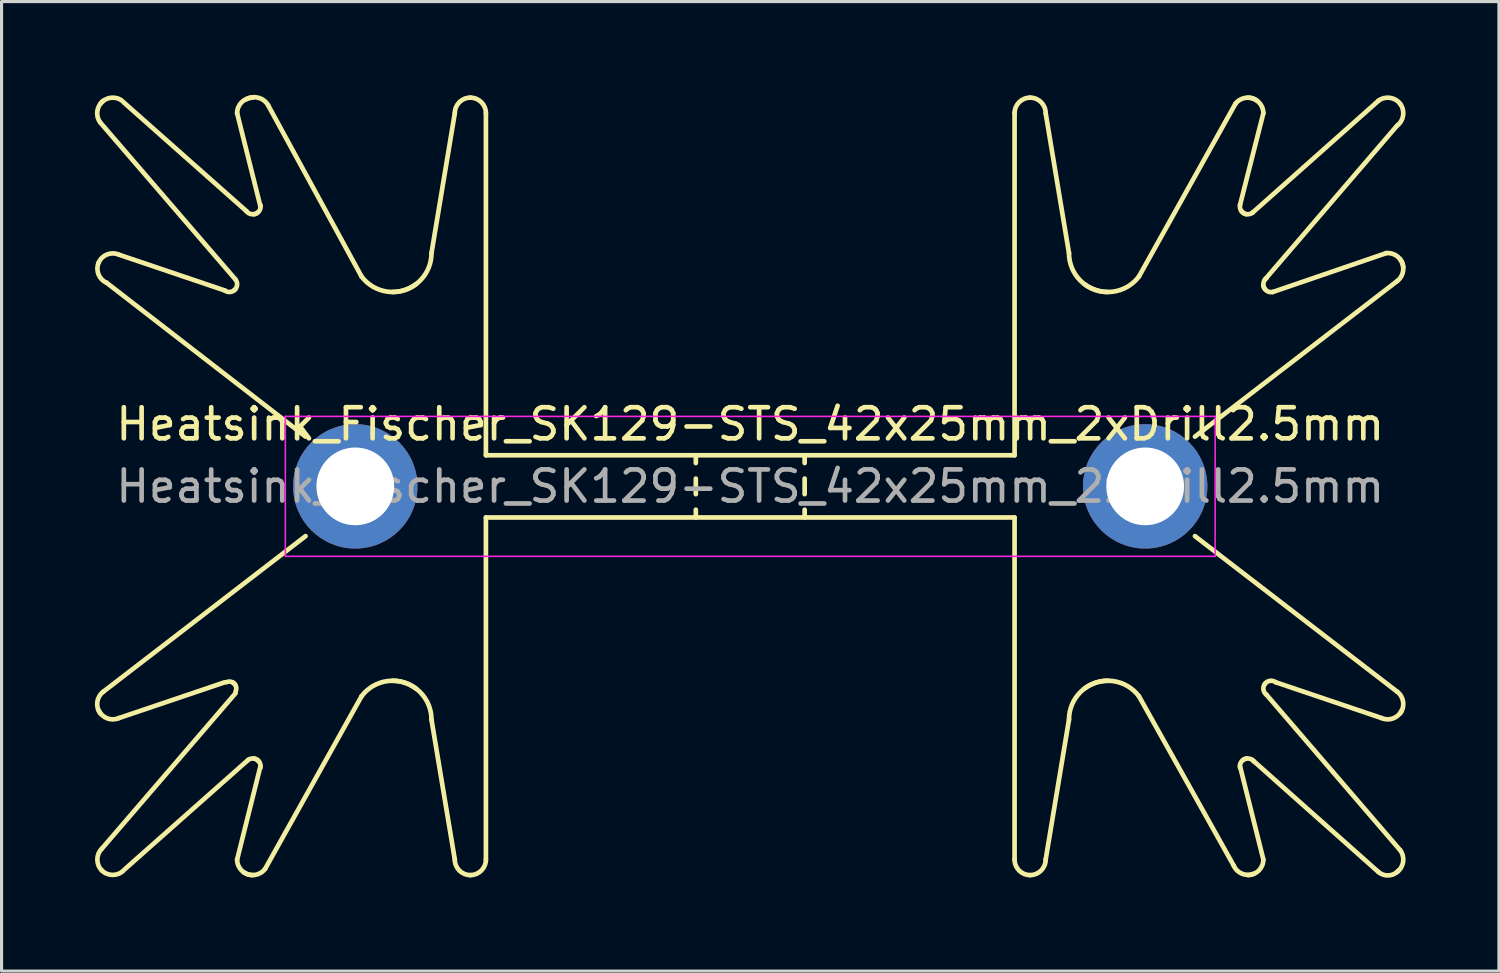
<source format=kicad_pcb>
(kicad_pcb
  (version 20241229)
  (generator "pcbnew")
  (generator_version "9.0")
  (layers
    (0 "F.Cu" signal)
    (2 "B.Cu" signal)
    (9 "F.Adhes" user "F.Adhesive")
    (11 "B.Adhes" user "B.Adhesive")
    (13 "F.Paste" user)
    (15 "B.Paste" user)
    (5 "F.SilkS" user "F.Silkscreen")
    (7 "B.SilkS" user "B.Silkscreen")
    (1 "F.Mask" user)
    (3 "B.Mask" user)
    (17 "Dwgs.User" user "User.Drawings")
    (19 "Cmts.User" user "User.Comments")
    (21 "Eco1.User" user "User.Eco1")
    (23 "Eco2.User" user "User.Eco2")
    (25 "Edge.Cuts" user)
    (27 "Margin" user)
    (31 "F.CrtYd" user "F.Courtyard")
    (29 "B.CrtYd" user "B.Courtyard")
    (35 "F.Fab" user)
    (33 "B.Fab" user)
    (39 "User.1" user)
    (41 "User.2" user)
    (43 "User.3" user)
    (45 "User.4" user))
  (footprint "Heatsink_Fischer_SK129-STS_42x25mm_2xDrill2.5mm"
    (layer "F.Cu")
    (at 21.075 12.59)
    (property "Reference" "Heatsink_Fischer_SK129-STS_42x25mm_2xDrill2.5mm" (at 0 -2 0) (layer "F.SilkS") (effects (font (size 1 1) (thickness 0.15))))
    (attr through_hole)
    (fp_line (start -20.85 11.65) (end -16.55 6.65) (stroke (width 0.15) (type solid)) (layer "F.SilkS"))
    (fp_line (start -20.8 6.6) (end -14.3 1.6) (stroke (width 0.15) (type solid)) (layer "F.SilkS"))
    (fp_line (start -20.7 -6.55) (end -14.3 -1.6) (stroke (width 0.15) (type solid)) (layer "F.SilkS"))
    (fp_line (start -20.3 7.45) (end -16.9 6.3) (stroke (width 0.15) (type solid)) (layer "F.SilkS"))
    (fp_line (start -20.1 12.3) (end -16.15 8.8) (stroke (width 0.15) (type solid)) (layer "F.SilkS"))
    (fp_line (start -16.9 -6.3) (end -20.3 -7.45) (stroke (width 0.15) (type solid)) (layer "F.SilkS"))
    (fp_line (start -16.55 -6.65) (end -20.9 -11.7) (stroke (width 0.15) (type solid)) (layer "F.SilkS"))
    (fp_line (start -16.5 12) (end -15.75 9) (stroke (width 0.15) (type solid)) (layer "F.SilkS"))
    (fp_line (start -16.2 -8.85) (end -20.15 -12.35) (stroke (width 0.15) (type solid)) (layer "F.SilkS"))
    (fp_line (start -15.75 -9) (end -16.5 -12) (stroke (width 0.15) (type solid)) (layer "F.SilkS"))
    (fp_line (start -15.6 12.3) (end -12.5 6.75) (stroke (width 0.15) (type solid)) (layer "F.SilkS"))
    (fp_line (start -15.5 -12.25) (end -12.5 -6.75) (stroke (width 0.15) (type solid)) (layer "F.SilkS"))
    (fp_line (start -10.25 7.5) (end -9.5 12) (stroke (width 0.15) (type solid)) (layer "F.SilkS"))
    (fp_line (start -9.5 -12) (end -10.25 -7.5) (stroke (width 0.15) (type solid)) (layer "F.SilkS"))
    (fp_line (start -8.5 -12) (end -8.5 -1) (stroke (width 0.15) (type solid)) (layer "F.SilkS"))
    (fp_line (start -8.5 -1) (end 8.5 -1) (stroke (width 0.15) (type solid)) (layer "F.SilkS"))
    (fp_line (start -8.5 12) (end -8.5 1) (stroke (width 0.15) (type solid)) (layer "F.SilkS"))
    (fp_line (start -1.75 -1) (end -1.75 -0.75) (stroke (width 0.15) (type solid)) (layer "F.SilkS"))
    (fp_line (start -1.75 -0.25) (end -1.75 0.25) (stroke (width 0.15) (type solid)) (layer "F.SilkS"))
    (fp_line (start -1.75 1) (end -1.75 0.75) (stroke (width 0.15) (type solid)) (layer "F.SilkS"))
    (fp_line (start 1.75 -1) (end 1.75 -0.75) (stroke (width 0.15) (type solid)) (layer "F.SilkS"))
    (fp_line (start 1.75 -0.25) (end 1.75 0.25) (stroke (width 0.15) (type solid)) (layer "F.SilkS"))
    (fp_line (start 1.75 0.75) (end 1.75 1) (stroke (width 0.15) (type solid)) (layer "F.SilkS"))
    (fp_line (start 8.5 -12) (end 8.5 -1) (stroke (width 0.15) (type solid)) (layer "F.SilkS"))
    (fp_line (start 8.5 1) (end -8.5 1) (stroke (width 0.15) (type solid)) (layer "F.SilkS"))
    (fp_line (start 8.5 12) (end 8.5 1) (stroke (width 0.15) (type solid)) (layer "F.SilkS"))
    (fp_line (start 9.5 -12) (end 10.25 -7.5) (stroke (width 0.15) (type solid)) (layer "F.SilkS"))
    (fp_line (start 10.25 7.5) (end 9.5 12) (stroke (width 0.15) (type solid)) (layer "F.SilkS"))
    (fp_line (start 12.5 -6.75) (end 15.6 -12.3) (stroke (width 0.15) (type solid)) (layer "F.SilkS"))
    (fp_line (start 15.55 12.2) (end 12.5 6.75) (stroke (width 0.15) (type solid)) (layer "F.SilkS"))
    (fp_line (start 16.15 -8.8) (end 20.2 -12.4) (stroke (width 0.15) (type solid)) (layer "F.SilkS"))
    (fp_line (start 16.15 8.8) (end 20.2 12.4) (stroke (width 0.15) (type solid)) (layer "F.SilkS"))
    (fp_line (start 16.5 -12) (end 15.75 -9.05) (stroke (width 0.15) (type solid)) (layer "F.SilkS"))
    (fp_line (start 16.5 12) (end 15.75 9) (stroke (width 0.15) (type solid)) (layer "F.SilkS"))
    (fp_line (start 16.55 -6.65) (end 20.8 -11.6) (stroke (width 0.15) (type solid)) (layer "F.SilkS"))
    (fp_line (start 16.6 6.7) (end 20.9 11.7) (stroke (width 0.15) (type solid)) (layer "F.SilkS"))
    (fp_line (start 16.8 -6.25) (end 20.45 -7.5) (stroke (width 0.15) (type solid)) (layer "F.SilkS"))
    (fp_line (start 16.9 6.3) (end 20.3 7.45) (stroke (width 0.15) (type solid)) (layer "F.SilkS"))
    (fp_line (start 20.8 -6.6) (end 14.3 -1.6) (stroke (width 0.15) (type solid)) (layer "F.SilkS"))
    (fp_line (start 20.8 6.6) (end 14.3 1.6) (stroke (width 0.15) (type solid)) (layer "F.SilkS"))
    (fp_arc (start -20.95 -7.2) (mid -20.676777 -7.459619) (end -20.3 -7.45) (stroke (width 0.15) (type solid)) (layer "F.SilkS"))
    (fp_arc (start -20.9 -12.3) (mid -20.570711 -12.494975) (end -20.2 -12.4) (stroke (width 0.15) (type solid)) (layer "F.SilkS"))
    (fp_arc (start -20.9 -11.7) (mid -20.994975 -12.070711) (end -20.8 -12.4) (stroke (width 0.15) (type solid)) (layer "F.SilkS"))
    (fp_arc (start -20.9 7.3) (mid -20.994975 6.929289) (end -20.8 6.6) (stroke (width 0.15) (type solid)) (layer "F.SilkS"))
    (fp_arc (start -20.85 12.35) (mid -20.994975 12) (end -20.85 11.65) (stroke (width 0.15) (type solid)) (layer "F.SilkS"))
    (fp_arc (start -20.7 -6.55) (mid -20.959619 -6.823223) (end -20.95 -7.2) (stroke (width 0.15) (type solid)) (layer "F.SilkS"))
    (fp_arc (start -20.3 7.45) (mid -20.676777 7.459619) (end -20.95 7.2) (stroke (width 0.15) (type solid)) (layer "F.SilkS"))
    (fp_arc (start -20.15 12.35) (mid -20.5 12.494975) (end -20.85 12.35) (stroke (width 0.15) (type solid)) (layer "F.SilkS"))
    (fp_arc (start -16.85 6.3) (mid -16.679289 6.287868) (end -16.55 6.4) (stroke (width 0.15) (type solid)) (layer "F.SilkS"))
    (fp_arc (start -16.65 6.3) (mid -16.537868 6.429289) (end -16.55 6.6) (stroke (width 0.15) (type solid)) (layer "F.SilkS"))
    (fp_arc (start -16.55 -6.65) (mid -16.502513 -6.464645) (end -16.6 -6.3) (stroke (width 0.15) (type solid)) (layer "F.SilkS"))
    (fp_arc (start -16.55 -6.35) (mid -16.714645 -6.252513) (end -16.9 -6.3) (stroke (width 0.15) (type solid)) (layer "F.SilkS"))
    (fp_arc (start -16.5 -12) (mid -16.353553 -12.353553) (end -16 -12.5) (stroke (width 0.15) (type solid)) (layer "F.SilkS"))
    (fp_arc (start -16.2 -12.45) (mid -15.808579 -12.494975) (end -15.5 -12.25) (stroke (width 0.15) (type solid)) (layer "F.SilkS"))
    (fp_arc (start -16.15 8.8) (mid -15.964645 8.752513) (end -15.8 8.85) (stroke (width 0.15) (type solid)) (layer "F.SilkS"))
    (fp_arc (start -16 12.5) (mid -16.353553 12.353553) (end -16.5 12) (stroke (width 0.15) (type solid)) (layer "F.SilkS"))
    (fp_arc (start -15.95 8.75) (mid -15.787868 8.858579) (end -15.75 9.05) (stroke (width 0.15) (type solid)) (layer "F.SilkS"))
    (fp_arc (start -15.85 -8.8) (mid -16.035355 -8.752513) (end -16.2 -8.85) (stroke (width 0.15) (type solid)) (layer "F.SilkS"))
    (fp_arc (start -15.75 -9.05) (mid -15.787868 -8.858579) (end -15.95 -8.75) (stroke (width 0.15) (type solid)) (layer "F.SilkS"))
    (fp_arc (start -15.6 12.3) (mid -15.929289 12.494975) (end -16.3 12.4) (stroke (width 0.15) (type solid)) (layer "F.SilkS"))
    (fp_arc (start -12.5 6.75) (mid -11.676777 6.262563) (end -10.75 6.5) (stroke (width 0.15) (type solid)) (layer "F.SilkS"))
    (fp_arc (start -11.5 6.25) (mid -10.616117 6.616117) (end -10.25 7.5) (stroke (width 0.15) (type solid)) (layer "F.SilkS"))
    (fp_arc (start -10.75 -6.5) (mid -11.676777 -6.262563) (end -12.5 -6.75) (stroke (width 0.15) (type solid)) (layer "F.SilkS"))
    (fp_arc (start -10.25 -7.5) (mid -10.616117 -6.616117) (end -11.5 -6.25) (stroke (width 0.15) (type solid)) (layer "F.SilkS"))
    (fp_arc (start -9.5 -12) (mid -9.353553 -12.353553) (end -9 -12.5) (stroke (width 0.15) (type solid)) (layer "F.SilkS"))
    (fp_arc (start -9 -12.5) (mid -8.646447 -12.353553) (end -8.5 -12) (stroke (width 0.15) (type solid)) (layer "F.SilkS"))
    (fp_arc (start -9 12.5) (mid -9.353553 12.353553) (end -9.5 12) (stroke (width 0.15) (type solid)) (layer "F.SilkS"))
    (fp_arc (start -8.5 12) (mid -8.646447 12.353553) (end -9 12.5) (stroke (width 0.15) (type solid)) (layer "F.SilkS"))
    (fp_arc (start 8.5 -12) (mid 8.646447 -12.353553) (end 9 -12.5) (stroke (width 0.15) (type solid)) (layer "F.SilkS"))
    (fp_arc (start 9 -12.5) (mid 9.353553 -12.353553) (end 9.5 -12) (stroke (width 0.15) (type solid)) (layer "F.SilkS"))
    (fp_arc (start 9 12.5) (mid 8.646447 12.353553) (end 8.5 12) (stroke (width 0.15) (type solid)) (layer "F.SilkS"))
    (fp_arc (start 9.5 12) (mid 9.353553 12.353553) (end 9 12.5) (stroke (width 0.15) (type solid)) (layer "F.SilkS"))
    (fp_arc (start 10.25 7.5) (mid 10.616117 6.616117) (end 11.5 6.25) (stroke (width 0.15) (type solid)) (layer "F.SilkS"))
    (fp_arc (start 10.75 6.5) (mid 11.676777 6.262563) (end 12.5 6.75) (stroke (width 0.15) (type solid)) (layer "F.SilkS"))
    (fp_arc (start 11.5 -6.25) (mid 10.616117 -6.616117) (end 10.25 -7.5) (stroke (width 0.15) (type solid)) (layer "F.SilkS"))
    (fp_arc (start 12.5 -6.75) (mid 11.676777 -6.262563) (end 10.75 -6.5) (stroke (width 0.15) (type solid)) (layer "F.SilkS"))
    (fp_arc (start 15.6 -12.3) (mid 15.929289 -12.494975) (end 16.3 -12.4) (stroke (width 0.15) (type solid)) (layer "F.SilkS"))
    (fp_arc (start 15.75 9.05) (mid 15.787868 8.858579) (end 15.95 8.75) (stroke (width 0.15) (type solid)) (layer "F.SilkS"))
    (fp_arc (start 15.85 8.8) (mid 16.035355 8.752513) (end 16.2 8.85) (stroke (width 0.15) (type solid)) (layer "F.SilkS"))
    (fp_arc (start 15.95 -8.75) (mid 15.787868 -8.858579) (end 15.75 -9.05) (stroke (width 0.15) (type solid)) (layer "F.SilkS"))
    (fp_arc (start 16 -12.5) (mid 16.353553 -12.353553) (end 16.5 -12) (stroke (width 0.15) (type solid)) (layer "F.SilkS"))
    (fp_arc (start 16.15 -8.8) (mid 15.964645 -8.752513) (end 15.8 -8.85) (stroke (width 0.15) (type solid)) (layer "F.SilkS"))
    (fp_arc (start 16.2 12.45) (mid 15.823223 12.459619) (end 15.55 12.2) (stroke (width 0.15) (type solid)) (layer "F.SilkS"))
    (fp_arc (start 16.5 12) (mid 16.353553 12.353553) (end 16 12.5) (stroke (width 0.15) (type solid)) (layer "F.SilkS"))
    (fp_arc (start 16.55 -6.35) (mid 16.502513 -6.535355) (end 16.6 -6.7) (stroke (width 0.15) (type solid)) (layer "F.SilkS"))
    (fp_arc (start 16.55 6.35) (mid 16.714645 6.252513) (end 16.9 6.3) (stroke (width 0.15) (type solid)) (layer "F.SilkS"))
    (fp_arc (start 16.6 6.7) (mid 16.502513 6.535355) (end 16.55 6.35) (stroke (width 0.15) (type solid)) (layer "F.SilkS"))
    (fp_arc (start 16.8 -6.25) (mid 16.608579 -6.287868) (end 16.5 -6.45) (stroke (width 0.15) (type solid)) (layer "F.SilkS"))
    (fp_arc (start 20.2 -12.4) (mid 20.570711 -12.494975) (end 20.9 -12.3) (stroke (width 0.15) (type solid)) (layer "F.SilkS"))
    (fp_arc (start 20.45 -7.5) (mid 20.818198 -7.388909) (end 21 -7.05) (stroke (width 0.15) (type solid)) (layer "F.SilkS"))
    (fp_arc (start 20.8 6.6) (mid 20.994975 6.929289) (end 20.9 7.3) (stroke (width 0.15) (type solid)) (layer "F.SilkS"))
    (fp_arc (start 20.85 12.35) (mid 20.535355 12.509619) (end 20.2 12.4) (stroke (width 0.15) (type solid)) (layer "F.SilkS"))
    (fp_arc (start 20.9 -12.3) (mid 20.994975 -11.929289) (end 20.8 -11.6) (stroke (width 0.15) (type solid)) (layer "F.SilkS"))
    (fp_arc (start 20.9 -7.3) (mid 20.994975 -6.929289) (end 20.8 -6.6) (stroke (width 0.15) (type solid)) (layer "F.SilkS"))
    (fp_arc (start 20.9 11.7) (mid 20.994975 12.070711) (end 20.8 12.4) (stroke (width 0.15) (type solid)) (layer "F.SilkS"))
    (fp_arc (start 20.95 7.2) (mid 20.676777 7.459619) (end 20.3 7.45) (stroke (width 0.15) (type solid)) (layer "F.SilkS"))
    (fp_line (start -14.95 -2.25) (end -14.95 2.25) (stroke (width 0.05) (type solid)) (layer "F.CrtYd"))
    (fp_line (start -14.95 -2.25) (end 14.95 -2.25) (stroke (width 0.05) (type solid)) (layer "F.CrtYd"))
    (fp_line (start 14.95 2.25) (end -14.95 2.25) (stroke (width 0.05) (type solid)) (layer "F.CrtYd"))
    (fp_line (start 14.95 2.25) (end 14.95 -2.25) (stroke (width 0.05) (type solid)) (layer "F.CrtYd"))
    (fp_text user "${REFERENCE}" (at 0 0 0) (layer "F.Fab") (effects (font (size 1 1) (thickness 0.15))))
    (pad "1" thru_hole circle (at -12.7 0) (size 4 4) (drill 2.5) (layers "*.Cu" "*.Mask"))
    (pad "1" thru_hole circle (at 12.7 0) (size 4 4) (drill 2.5) (layers "*.Cu" "*.Mask")))
  (gr_rect
    (start -3 -3)
    (end 45.15 28.176)
    (stroke (width 0.1) (type default))
    (fill no)
    (layer "Edge.Cuts")))
</source>
